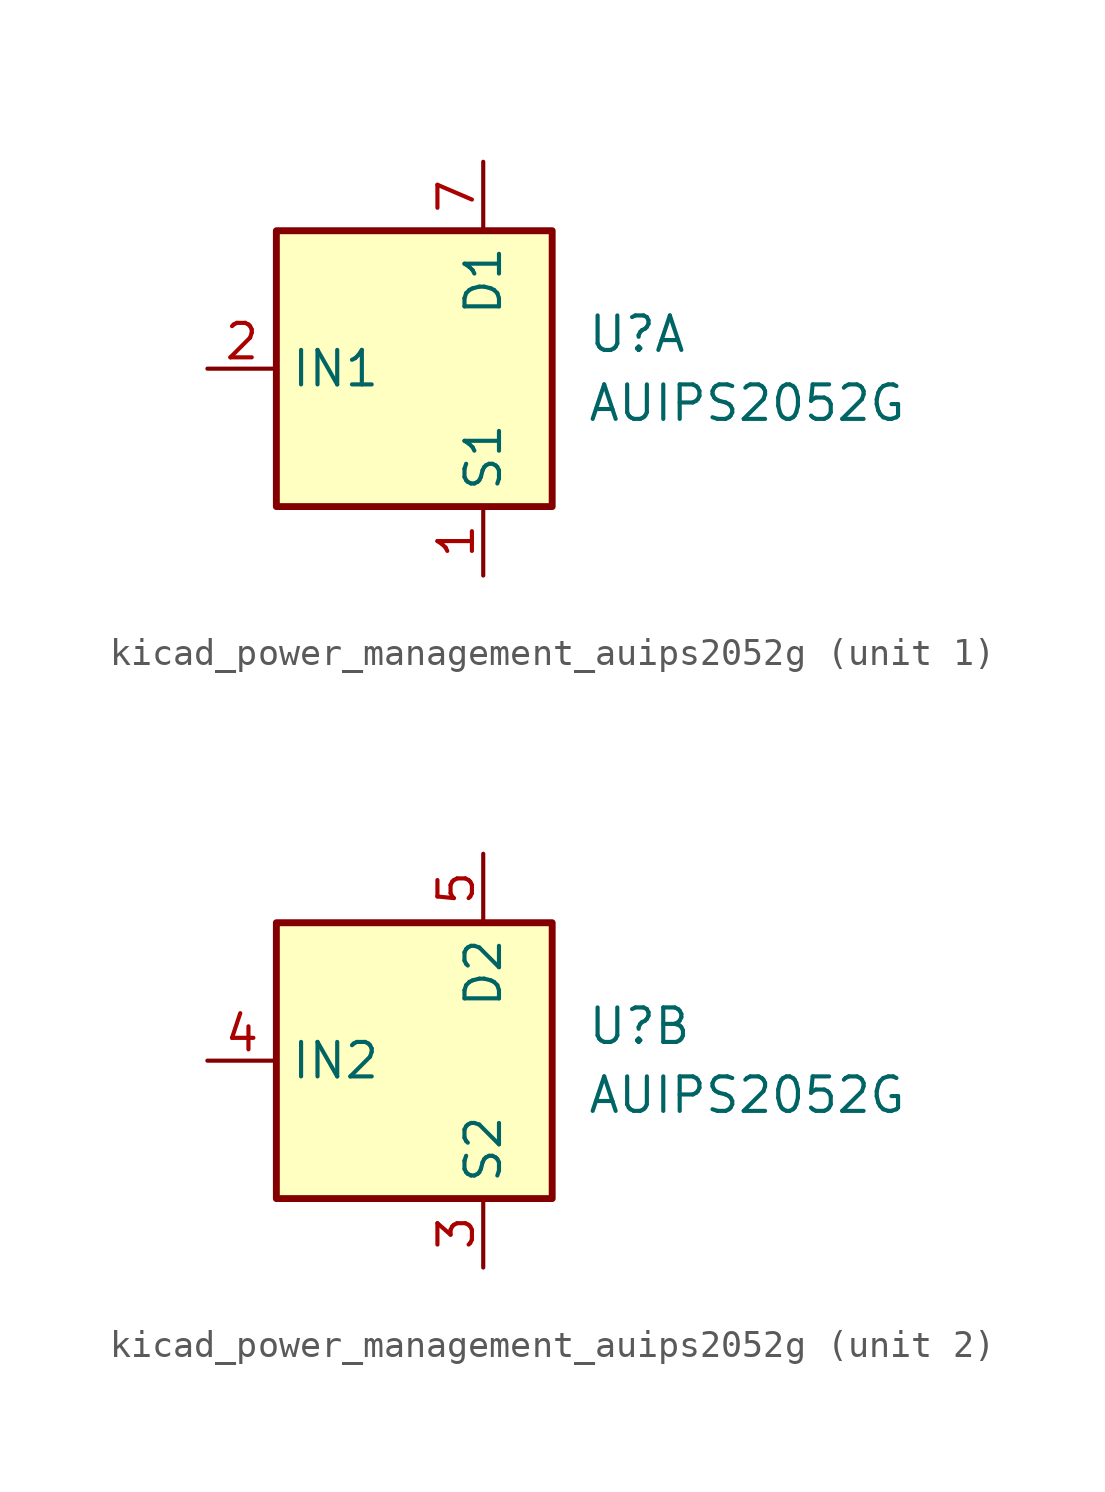
<source format=kicad_sym>
(kicad_symbol_lib
  (version 20220914)
  (generator kicad_symbol_editor)
  (symbol "kicad_power_management_auips2052g"
    (property "Reference" "U"
      (at 3.81 1.27 0)
      (effects (font (size 1.27 1.27)) (justify left)))
    (property "Value" "AUIPS2052G"
      (at 3.81 -1.27 0)
      (effects (font (size 1.27 1.27)) (justify left)))
    (symbol "kicad_power_management_auips2052g_0_1"
      (rectangle (start -7.62 5.08) (end 2.54 -5.08) (stroke (width 0.254) (type default)) (fill (type background))))
    (symbol "kicad_power_management_auips2052g_1_1"
      (pin power_in line (at 0 -7.62 90) (length 2.54) (name "S1" (effects (font (size 1.27 1.27)))) (number "1" (effects (font (size 1.27 1.27)))))
      (pin input line (at -10.16 0 0) (length 2.54) (name "IN1" (effects (font (size 1.27 1.27)))) (number "2" (effects (font (size 1.27 1.27)))))
      (pin passive line (at 0 7.62 270) (length 2.54) (name "D1" (effects (font (size 1.27 1.27)))) (number "7" (effects (font (size 1.27 1.27)))))
      (pin passive line (at 0 7.62 270) (length 2.54) hide (name "D1" (effects (font (size 1.27 1.27)))) (number "8" (effects (font (size 1.27 1.27))))))
    (symbol "kicad_power_management_auips2052g_2_1"
      (pin power_in line (at 0 -7.62 90) (length 2.54) (name "S2" (effects (font (size 1.27 1.27)))) (number "3" (effects (font (size 1.27 1.27)))))
      (pin input line (at -10.16 0 0) (length 2.54) (name "IN2" (effects (font (size 1.27 1.27)))) (number "4" (effects (font (size 1.27 1.27)))))
      (pin passive line (at 0 7.62 270) (length 2.54) (name "D2" (effects (font (size 1.27 1.27)))) (number "5" (effects (font (size 1.27 1.27)))))
      (pin passive line (at 0 7.62 270) (length 2.54) hide (name "D2" (effects (font (size 1.27 1.27)))) (number "6" (effects (font (size 1.27 1.27))))))))
</source>
